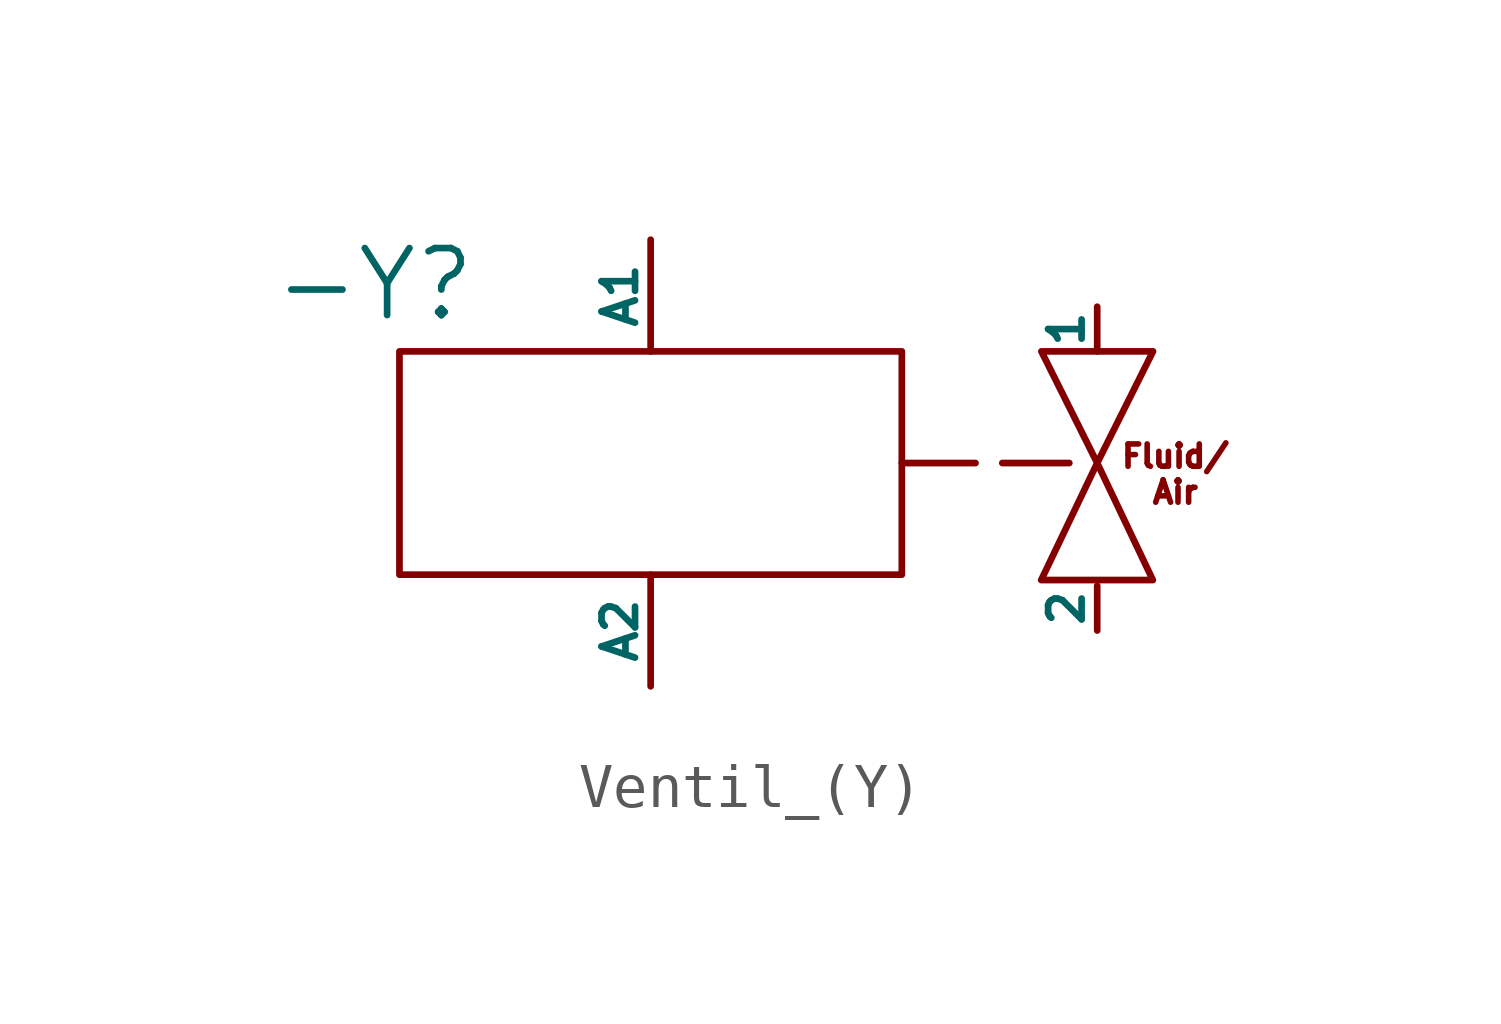
<source format=kicad_sym>
(kicad_symbol_lib
  (version 20241209)
  (generator "kicad_symbol_editor")
  (generator_version "9.0")
  (symbol "Ventil_(Y)"
    (pin_numbers
      (hide yes))
    (pin_names
      (offset 0))
    (property "Reference" "-Y"
      (at -8.636 4.064 0)
      (do_not_autoplace)
      (effects (font (size 1.524 1.524)) (justify left)))
    (property "Value" ""
      (at 0 0 0)
      (effects (font (size 1.27 1.27))))
    (symbol "Ventil_(Y)_0_1"
      (rectangle (start -5.715 2.54) (end 5.715 -2.54) (stroke (width 0) (type default)) (fill (type none))))
    (symbol "Ventil_(Y)_1_1"
      (polyline (pts (xy 5.715 0) (xy 9.525 0)) (stroke (width 0) (type dash)) (fill (type none)))
      (polyline (pts (xy 10.16 0) (xy 8.886 -2.662) (xy 11.426 -2.662) (xy 10.16 0) (xy 8.89 2.54) (xy 11.43 2.54) (xy 10.16 0)) (stroke (width 0) (type solid)) (fill (type none)))
      (text "Fluid/\nAir" (at 11.938 -0.254 0) (effects (font (size 0.508 0.508))))
      (pin input line (at 0 5.08 270) (length 2.54) (name "A1" (effects (font (size 0.762 0.762)))) (number "A1" (effects (font (size 0.508 0.508)))))
      (pin output line (at 0 -5.08 90) (length 2.54) (name "A2" (effects (font (size 0.762 0.762)))) (number "A2" (effects (font (size 0.508 0.508)))))
      (pin passive line (at 10.16 3.556 270) (length 1.016) (name "1" (effects (font (size 0.762 0.762)))) (number "1" (effects (font (size 0.508 0.508)))))
      (pin passive line (at 10.16 -3.81 90) (length 1.016) (name "2" (effects (font (size 0.762 0.762)))) (number "2" (effects (font (size 0.508 0.508))))))))
</source>
